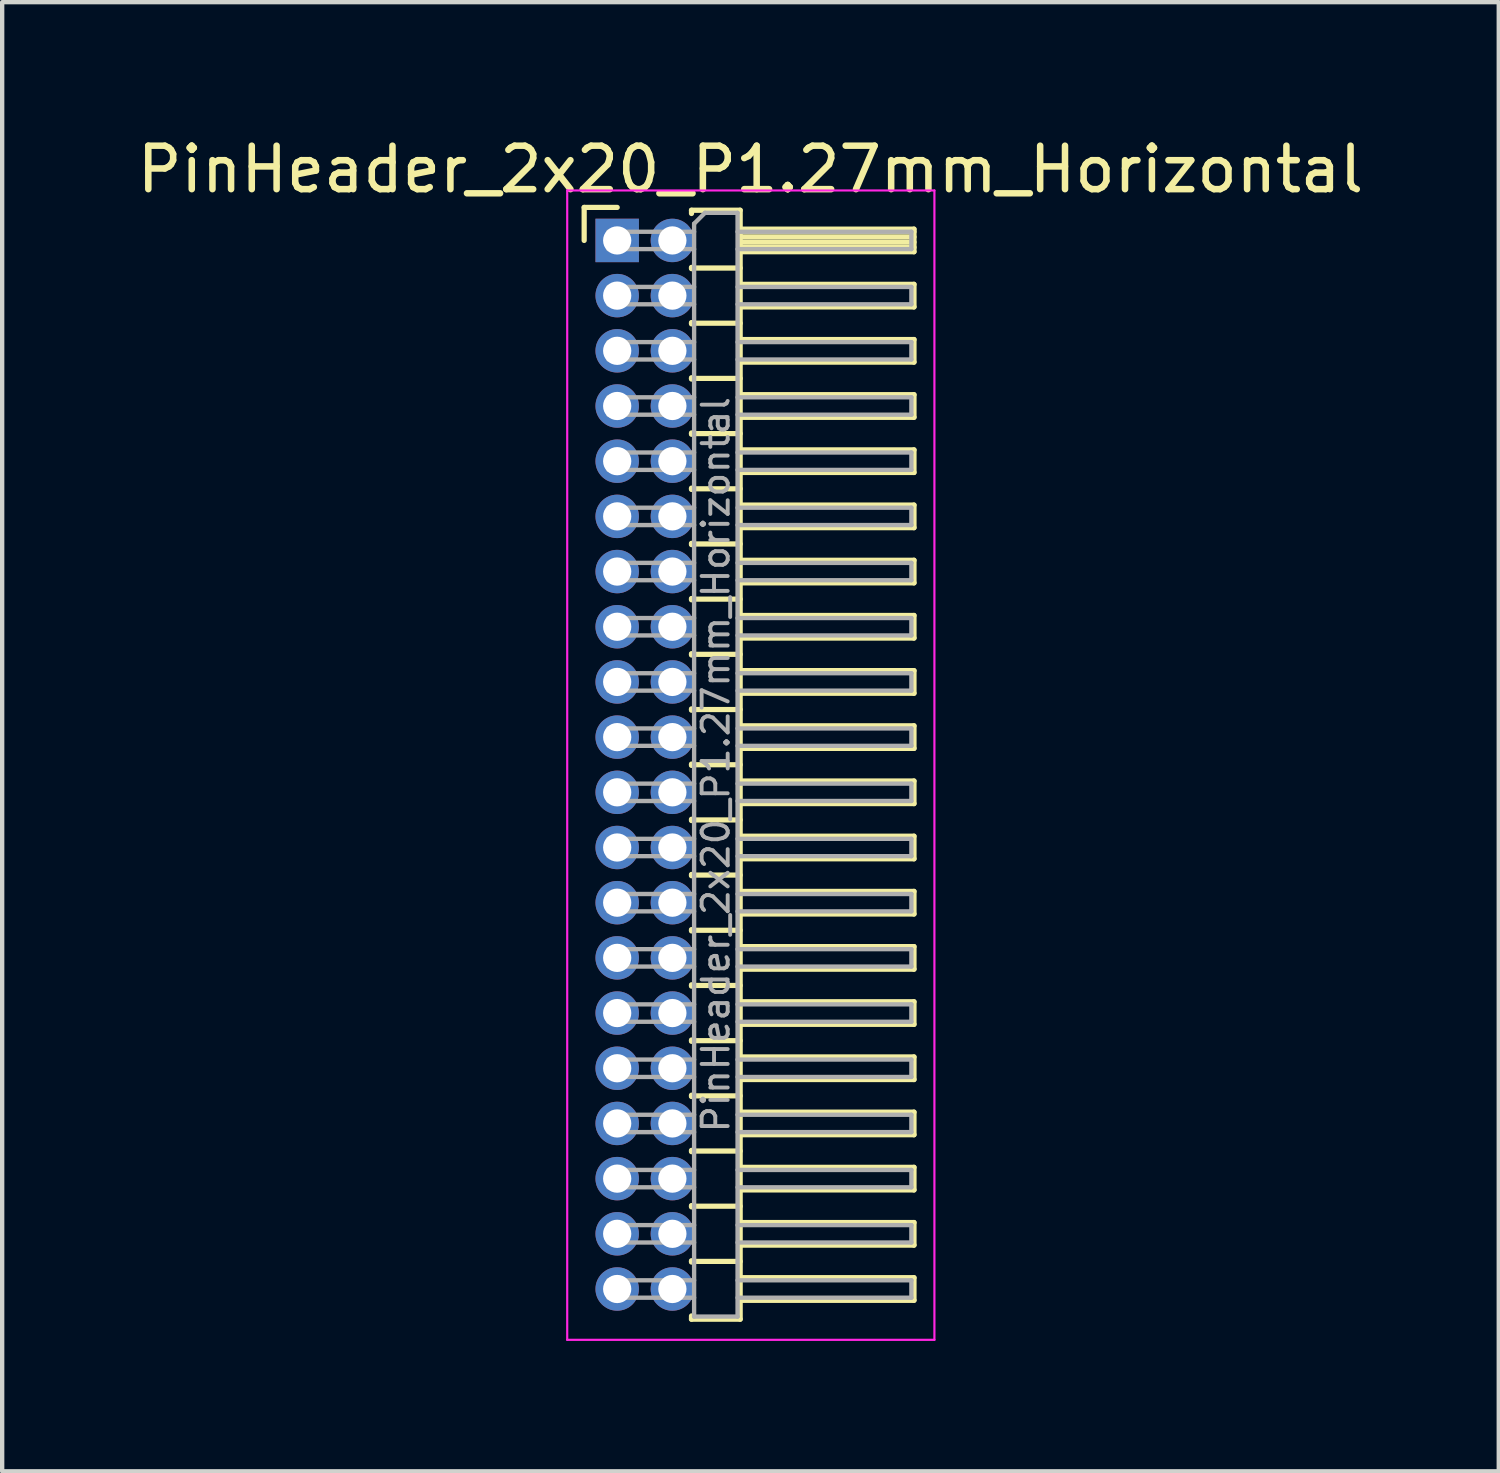
<source format=kicad_pcb>
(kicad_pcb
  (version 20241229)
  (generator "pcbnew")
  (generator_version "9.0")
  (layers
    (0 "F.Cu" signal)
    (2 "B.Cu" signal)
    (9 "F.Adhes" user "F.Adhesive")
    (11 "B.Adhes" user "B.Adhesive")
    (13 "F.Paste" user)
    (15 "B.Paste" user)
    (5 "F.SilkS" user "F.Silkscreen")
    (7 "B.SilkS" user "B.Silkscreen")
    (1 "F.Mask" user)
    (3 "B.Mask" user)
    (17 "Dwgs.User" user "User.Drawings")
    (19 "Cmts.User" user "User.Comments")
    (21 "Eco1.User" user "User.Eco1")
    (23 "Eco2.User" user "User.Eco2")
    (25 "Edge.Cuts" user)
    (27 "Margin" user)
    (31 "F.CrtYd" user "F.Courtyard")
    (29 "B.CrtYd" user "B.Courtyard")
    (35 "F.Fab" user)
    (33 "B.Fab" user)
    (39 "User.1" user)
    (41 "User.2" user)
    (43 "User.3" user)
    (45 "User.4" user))
  (footprint "PinHeader_2x20_P1.27mm_Horizontal"
    (layer "F.Cu")
    (at 11.153 2.483)
    (property "Reference" "PinHeader_2x20_P1.27mm_Horizontal" (at 3.067 -1.635 0) (layer "F.SilkS") (effects (font (size 1 1) (thickness 0.15))))
    (attr through_hole)
    (fp_line (start -0.76 -0.76) (end 0 -0.76) (stroke (width 0.12) (type solid)) (layer "F.SilkS"))
    (fp_line (start -0.76 0) (end -0.76 -0.76) (stroke (width 0.12) (type solid)) (layer "F.SilkS"))
    (fp_line (start 1.71 -0.695) (end 2.83 -0.695) (stroke (width 0.12) (type solid)) (layer "F.SilkS"))
    (fp_line (start 1.71 -0.62) (end 1.71 -0.695) (stroke (width 0.12) (type solid)) (layer "F.SilkS"))
    (fp_line (start 1.71 0.62) (end 1.71 0.65) (stroke (width 0.12) (type solid)) (layer "F.SilkS"))
    (fp_line (start 1.71 0.635) (end 2.83 0.635) (stroke (width 0.12) (type solid)) (layer "F.SilkS"))
    (fp_line (start 1.71 1.89) (end 1.71 1.92) (stroke (width 0.12) (type solid)) (layer "F.SilkS"))
    (fp_line (start 1.71 1.905) (end 2.83 1.905) (stroke (width 0.12) (type solid)) (layer "F.SilkS"))
    (fp_line (start 1.71 3.16) (end 1.71 3.19) (stroke (width 0.12) (type solid)) (layer "F.SilkS"))
    (fp_line (start 1.71 3.175) (end 2.83 3.175) (stroke (width 0.12) (type solid)) (layer "F.SilkS"))
    (fp_line (start 1.71 4.43) (end 1.71 4.46) (stroke (width 0.12) (type solid)) (layer "F.SilkS"))
    (fp_line (start 1.71 4.445) (end 2.83 4.445) (stroke (width 0.12) (type solid)) (layer "F.SilkS"))
    (fp_line (start 1.71 5.7) (end 1.71 5.73) (stroke (width 0.12) (type solid)) (layer "F.SilkS"))
    (fp_line (start 1.71 5.715) (end 2.83 5.715) (stroke (width 0.12) (type solid)) (layer "F.SilkS"))
    (fp_line (start 1.71 6.97) (end 1.71 7) (stroke (width 0.12) (type solid)) (layer "F.SilkS"))
    (fp_line (start 1.71 6.985) (end 2.83 6.985) (stroke (width 0.12) (type solid)) (layer "F.SilkS"))
    (fp_line (start 1.71 8.24) (end 1.71 8.27) (stroke (width 0.12) (type solid)) (layer "F.SilkS"))
    (fp_line (start 1.71 8.255) (end 2.83 8.255) (stroke (width 0.12) (type solid)) (layer "F.SilkS"))
    (fp_line (start 1.71 9.51) (end 1.71 9.54) (stroke (width 0.12) (type solid)) (layer "F.SilkS"))
    (fp_line (start 1.71 9.525) (end 2.83 9.525) (stroke (width 0.12) (type solid)) (layer "F.SilkS"))
    (fp_line (start 1.71 10.78) (end 1.71 10.81) (stroke (width 0.12) (type solid)) (layer "F.SilkS"))
    (fp_line (start 1.71 10.795) (end 2.83 10.795) (stroke (width 0.12) (type solid)) (layer "F.SilkS"))
    (fp_line (start 1.71 12.05) (end 1.71 12.08) (stroke (width 0.12) (type solid)) (layer "F.SilkS"))
    (fp_line (start 1.71 12.065) (end 2.83 12.065) (stroke (width 0.12) (type solid)) (layer "F.SilkS"))
    (fp_line (start 1.71 13.32) (end 1.71 13.35) (stroke (width 0.12) (type solid)) (layer "F.SilkS"))
    (fp_line (start 1.71 13.335) (end 2.83 13.335) (stroke (width 0.12) (type solid)) (layer "F.SilkS"))
    (fp_line (start 1.71 14.59) (end 1.71 14.62) (stroke (width 0.12) (type solid)) (layer "F.SilkS"))
    (fp_line (start 1.71 14.605) (end 2.83 14.605) (stroke (width 0.12) (type solid)) (layer "F.SilkS"))
    (fp_line (start 1.71 15.86) (end 1.71 15.89) (stroke (width 0.12) (type solid)) (layer "F.SilkS"))
    (fp_line (start 1.71 15.875) (end 2.83 15.875) (stroke (width 0.12) (type solid)) (layer "F.SilkS"))
    (fp_line (start 1.71 17.13) (end 1.71 17.16) (stroke (width 0.12) (type solid)) (layer "F.SilkS"))
    (fp_line (start 1.71 17.145) (end 2.83 17.145) (stroke (width 0.12) (type solid)) (layer "F.SilkS"))
    (fp_line (start 1.71 18.4) (end 1.71 18.43) (stroke (width 0.12) (type solid)) (layer "F.SilkS"))
    (fp_line (start 1.71 18.415) (end 2.83 18.415) (stroke (width 0.12) (type solid)) (layer "F.SilkS"))
    (fp_line (start 1.71 19.67) (end 1.71 19.7) (stroke (width 0.12) (type solid)) (layer "F.SilkS"))
    (fp_line (start 1.71 19.685) (end 2.83 19.685) (stroke (width 0.12) (type solid)) (layer "F.SilkS"))
    (fp_line (start 1.71 20.94) (end 1.71 20.97) (stroke (width 0.12) (type solid)) (layer "F.SilkS"))
    (fp_line (start 1.71 20.955) (end 2.83 20.955) (stroke (width 0.12) (type solid)) (layer "F.SilkS"))
    (fp_line (start 1.71 22.21) (end 1.71 22.24) (stroke (width 0.12) (type solid)) (layer "F.SilkS"))
    (fp_line (start 1.71 22.225) (end 2.83 22.225) (stroke (width 0.12) (type solid)) (layer "F.SilkS"))
    (fp_line (start 1.71 23.48) (end 1.71 23.51) (stroke (width 0.12) (type solid)) (layer "F.SilkS"))
    (fp_line (start 1.71 23.495) (end 2.83 23.495) (stroke (width 0.12) (type solid)) (layer "F.SilkS"))
    (fp_line (start 1.71 24.825) (end 1.71 24.75) (stroke (width 0.12) (type solid)) (layer "F.SilkS"))
    (fp_line (start 2.83 -0.695) (end 2.83 24.825) (stroke (width 0.12) (type solid)) (layer "F.SilkS"))
    (fp_line (start 2.83 -0.26) (end 6.83 -0.26) (stroke (width 0.12) (type solid)) (layer "F.SilkS"))
    (fp_line (start 2.83 -0.2) (end 6.83 -0.2) (stroke (width 0.12) (type solid)) (layer "F.SilkS"))
    (fp_line (start 2.83 -0.08) (end 6.83 -0.08) (stroke (width 0.12) (type solid)) (layer "F.SilkS"))
    (fp_line (start 2.83 0.04) (end 6.83 0.04) (stroke (width 0.12) (type solid)) (layer "F.SilkS"))
    (fp_line (start 2.83 0.16) (end 6.83 0.16) (stroke (width 0.12) (type solid)) (layer "F.SilkS"))
    (fp_line (start 2.83 1.01) (end 6.83 1.01) (stroke (width 0.12) (type solid)) (layer "F.SilkS"))
    (fp_line (start 2.83 2.28) (end 6.83 2.28) (stroke (width 0.12) (type solid)) (layer "F.SilkS"))
    (fp_line (start 2.83 3.55) (end 6.83 3.55) (stroke (width 0.12) (type solid)) (layer "F.SilkS"))
    (fp_line (start 2.83 4.82) (end 6.83 4.82) (stroke (width 0.12) (type solid)) (layer "F.SilkS"))
    (fp_line (start 2.83 6.09) (end 6.83 6.09) (stroke (width 0.12) (type solid)) (layer "F.SilkS"))
    (fp_line (start 2.83 7.36) (end 6.83 7.36) (stroke (width 0.12) (type solid)) (layer "F.SilkS"))
    (fp_line (start 2.83 8.63) (end 6.83 8.63) (stroke (width 0.12) (type solid)) (layer "F.SilkS"))
    (fp_line (start 2.83 9.9) (end 6.83 9.9) (stroke (width 0.12) (type solid)) (layer "F.SilkS"))
    (fp_line (start 2.83 11.17) (end 6.83 11.17) (stroke (width 0.12) (type solid)) (layer "F.SilkS"))
    (fp_line (start 2.83 12.44) (end 6.83 12.44) (stroke (width 0.12) (type solid)) (layer "F.SilkS"))
    (fp_line (start 2.83 13.71) (end 6.83 13.71) (stroke (width 0.12) (type solid)) (layer "F.SilkS"))
    (fp_line (start 2.83 14.98) (end 6.83 14.98) (stroke (width 0.12) (type solid)) (layer "F.SilkS"))
    (fp_line (start 2.83 16.25) (end 6.83 16.25) (stroke (width 0.12) (type solid)) (layer "F.SilkS"))
    (fp_line (start 2.83 17.52) (end 6.83 17.52) (stroke (width 0.12) (type solid)) (layer "F.SilkS"))
    (fp_line (start 2.83 18.79) (end 6.83 18.79) (stroke (width 0.12) (type solid)) (layer "F.SilkS"))
    (fp_line (start 2.83 20.06) (end 6.83 20.06) (stroke (width 0.12) (type solid)) (layer "F.SilkS"))
    (fp_line (start 2.83 21.33) (end 6.83 21.33) (stroke (width 0.12) (type solid)) (layer "F.SilkS"))
    (fp_line (start 2.83 22.6) (end 6.83 22.6) (stroke (width 0.12) (type solid)) (layer "F.SilkS"))
    (fp_line (start 2.83 23.87) (end 6.83 23.87) (stroke (width 0.12) (type solid)) (layer "F.SilkS"))
    (fp_line (start 2.83 24.825) (end 1.71 24.825) (stroke (width 0.12) (type solid)) (layer "F.SilkS"))
    (fp_line (start 6.83 -0.26) (end 6.83 0.26) (stroke (width 0.12) (type solid)) (layer "F.SilkS"))
    (fp_line (start 6.83 0.26) (end 2.83 0.26) (stroke (width 0.12) (type solid)) (layer "F.SilkS"))
    (fp_line (start 6.83 1.01) (end 6.83 1.53) (stroke (width 0.12) (type solid)) (layer "F.SilkS"))
    (fp_line (start 6.83 1.53) (end 2.83 1.53) (stroke (width 0.12) (type solid)) (layer "F.SilkS"))
    (fp_line (start 6.83 2.28) (end 6.83 2.8) (stroke (width 0.12) (type solid)) (layer "F.SilkS"))
    (fp_line (start 6.83 2.8) (end 2.83 2.8) (stroke (width 0.12) (type solid)) (layer "F.SilkS"))
    (fp_line (start 6.83 3.55) (end 6.83 4.07) (stroke (width 0.12) (type solid)) (layer "F.SilkS"))
    (fp_line (start 6.83 4.07) (end 2.83 4.07) (stroke (width 0.12) (type solid)) (layer "F.SilkS"))
    (fp_line (start 6.83 4.82) (end 6.83 5.34) (stroke (width 0.12) (type solid)) (layer "F.SilkS"))
    (fp_line (start 6.83 5.34) (end 2.83 5.34) (stroke (width 0.12) (type solid)) (layer "F.SilkS"))
    (fp_line (start 6.83 6.09) (end 6.83 6.61) (stroke (width 0.12) (type solid)) (layer "F.SilkS"))
    (fp_line (start 6.83 6.61) (end 2.83 6.61) (stroke (width 0.12) (type solid)) (layer "F.SilkS"))
    (fp_line (start 6.83 7.36) (end 6.83 7.88) (stroke (width 0.12) (type solid)) (layer "F.SilkS"))
    (fp_line (start 6.83 7.88) (end 2.83 7.88) (stroke (width 0.12) (type solid)) (layer "F.SilkS"))
    (fp_line (start 6.83 8.63) (end 6.83 9.15) (stroke (width 0.12) (type solid)) (layer "F.SilkS"))
    (fp_line (start 6.83 9.15) (end 2.83 9.15) (stroke (width 0.12) (type solid)) (layer "F.SilkS"))
    (fp_line (start 6.83 9.9) (end 6.83 10.42) (stroke (width 0.12) (type solid)) (layer "F.SilkS"))
    (fp_line (start 6.83 10.42) (end 2.83 10.42) (stroke (width 0.12) (type solid)) (layer "F.SilkS"))
    (fp_line (start 6.83 11.17) (end 6.83 11.69) (stroke (width 0.12) (type solid)) (layer "F.SilkS"))
    (fp_line (start 6.83 11.69) (end 2.83 11.69) (stroke (width 0.12) (type solid)) (layer "F.SilkS"))
    (fp_line (start 6.83 12.44) (end 6.83 12.96) (stroke (width 0.12) (type solid)) (layer "F.SilkS"))
    (fp_line (start 6.83 12.96) (end 2.83 12.96) (stroke (width 0.12) (type solid)) (layer "F.SilkS"))
    (fp_line (start 6.83 13.71) (end 6.83 14.23) (stroke (width 0.12) (type solid)) (layer "F.SilkS"))
    (fp_line (start 6.83 14.23) (end 2.83 14.23) (stroke (width 0.12) (type solid)) (layer "F.SilkS"))
    (fp_line (start 6.83 14.98) (end 6.83 15.5) (stroke (width 0.12) (type solid)) (layer "F.SilkS"))
    (fp_line (start 6.83 15.5) (end 2.83 15.5) (stroke (width 0.12) (type solid)) (layer "F.SilkS"))
    (fp_line (start 6.83 16.25) (end 6.83 16.77) (stroke (width 0.12) (type solid)) (layer "F.SilkS"))
    (fp_line (start 6.83 16.77) (end 2.83 16.77) (stroke (width 0.12) (type solid)) (layer "F.SilkS"))
    (fp_line (start 6.83 17.52) (end 6.83 18.04) (stroke (width 0.12) (type solid)) (layer "F.SilkS"))
    (fp_line (start 6.83 18.04) (end 2.83 18.04) (stroke (width 0.12) (type solid)) (layer "F.SilkS"))
    (fp_line (start 6.83 18.79) (end 6.83 19.31) (stroke (width 0.12) (type solid)) (layer "F.SilkS"))
    (fp_line (start 6.83 19.31) (end 2.83 19.31) (stroke (width 0.12) (type solid)) (layer "F.SilkS"))
    (fp_line (start 6.83 20.06) (end 6.83 20.58) (stroke (width 0.12) (type solid)) (layer "F.SilkS"))
    (fp_line (start 6.83 20.58) (end 2.83 20.58) (stroke (width 0.12) (type solid)) (layer "F.SilkS"))
    (fp_line (start 6.83 21.33) (end 6.83 21.85) (stroke (width 0.12) (type solid)) (layer "F.SilkS"))
    (fp_line (start 6.83 21.85) (end 2.83 21.85) (stroke (width 0.12) (type solid)) (layer "F.SilkS"))
    (fp_line (start 6.83 22.6) (end 6.83 23.12) (stroke (width 0.12) (type solid)) (layer "F.SilkS"))
    (fp_line (start 6.83 23.12) (end 2.83 23.12) (stroke (width 0.12) (type solid)) (layer "F.SilkS"))
    (fp_line (start 6.83 23.87) (end 6.83 24.39) (stroke (width 0.12) (type solid)) (layer "F.SilkS"))
    (fp_line (start 6.83 24.39) (end 2.83 24.39) (stroke (width 0.12) (type solid)) (layer "F.SilkS"))
    (fp_line (start -1.15 -1.15) (end -1.15 25.3) (stroke (width 0.05) (type solid)) (layer "F.CrtYd"))
    (fp_line (start -1.15 25.3) (end 7.3 25.3) (stroke (width 0.05) (type solid)) (layer "F.CrtYd"))
    (fp_line (start 7.3 -1.15) (end -1.15 -1.15) (stroke (width 0.05) (type solid)) (layer "F.CrtYd"))
    (fp_line (start 7.3 25.3) (end 7.3 -1.15) (stroke (width 0.05) (type solid)) (layer "F.CrtYd"))
    (fp_line (start -0.2 -0.2) (end -0.2 0.2) (stroke (width 0.1) (type solid)) (layer "F.Fab"))
    (fp_line (start -0.2 -0.2) (end 1.77 -0.2) (stroke (width 0.1) (type solid)) (layer "F.Fab"))
    (fp_line (start -0.2 0.2) (end 1.77 0.2) (stroke (width 0.1) (type solid)) (layer "F.Fab"))
    (fp_line (start -0.2 1.07) (end -0.2 1.47) (stroke (width 0.1) (type solid)) (layer "F.Fab"))
    (fp_line (start -0.2 1.07) (end 1.77 1.07) (stroke (width 0.1) (type solid)) (layer "F.Fab"))
    (fp_line (start -0.2 1.47) (end 1.77 1.47) (stroke (width 0.1) (type solid)) (layer "F.Fab"))
    (fp_line (start -0.2 2.34) (end -0.2 2.74) (stroke (width 0.1) (type solid)) (layer "F.Fab"))
    (fp_line (start -0.2 2.34) (end 1.77 2.34) (stroke (width 0.1) (type solid)) (layer "F.Fab"))
    (fp_line (start -0.2 2.74) (end 1.77 2.74) (stroke (width 0.1) (type solid)) (layer "F.Fab"))
    (fp_line (start -0.2 3.61) (end -0.2 4.01) (stroke (width 0.1) (type solid)) (layer "F.Fab"))
    (fp_line (start -0.2 3.61) (end 1.77 3.61) (stroke (width 0.1) (type solid)) (layer "F.Fab"))
    (fp_line (start -0.2 4.01) (end 1.77 4.01) (stroke (width 0.1) (type solid)) (layer "F.Fab"))
    (fp_line (start -0.2 4.88) (end -0.2 5.28) (stroke (width 0.1) (type solid)) (layer "F.Fab"))
    (fp_line (start -0.2 4.88) (end 1.77 4.88) (stroke (width 0.1) (type solid)) (layer "F.Fab"))
    (fp_line (start -0.2 5.28) (end 1.77 5.28) (stroke (width 0.1) (type solid)) (layer "F.Fab"))
    (fp_line (start -0.2 6.15) (end -0.2 6.55) (stroke (width 0.1) (type solid)) (layer "F.Fab"))
    (fp_line (start -0.2 6.15) (end 1.77 6.15) (stroke (width 0.1) (type solid)) (layer "F.Fab"))
    (fp_line (start -0.2 6.55) (end 1.77 6.55) (stroke (width 0.1) (type solid)) (layer "F.Fab"))
    (fp_line (start -0.2 7.42) (end -0.2 7.82) (stroke (width 0.1) (type solid)) (layer "F.Fab"))
    (fp_line (start -0.2 7.42) (end 1.77 7.42) (stroke (width 0.1) (type solid)) (layer "F.Fab"))
    (fp_line (start -0.2 7.82) (end 1.77 7.82) (stroke (width 0.1) (type solid)) (layer "F.Fab"))
    (fp_line (start -0.2 8.69) (end -0.2 9.09) (stroke (width 0.1) (type solid)) (layer "F.Fab"))
    (fp_line (start -0.2 8.69) (end 1.77 8.69) (stroke (width 0.1) (type solid)) (layer "F.Fab"))
    (fp_line (start -0.2 9.09) (end 1.77 9.09) (stroke (width 0.1) (type solid)) (layer "F.Fab"))
    (fp_line (start -0.2 9.96) (end -0.2 10.36) (stroke (width 0.1) (type solid)) (layer "F.Fab"))
    (fp_line (start -0.2 9.96) (end 1.77 9.96) (stroke (width 0.1) (type solid)) (layer "F.Fab"))
    (fp_line (start -0.2 10.36) (end 1.77 10.36) (stroke (width 0.1) (type solid)) (layer "F.Fab"))
    (fp_line (start -0.2 11.23) (end -0.2 11.63) (stroke (width 0.1) (type solid)) (layer "F.Fab"))
    (fp_line (start -0.2 11.23) (end 1.77 11.23) (stroke (width 0.1) (type solid)) (layer "F.Fab"))
    (fp_line (start -0.2 11.63) (end 1.77 11.63) (stroke (width 0.1) (type solid)) (layer "F.Fab"))
    (fp_line (start -0.2 12.5) (end -0.2 12.9) (stroke (width 0.1) (type solid)) (layer "F.Fab"))
    (fp_line (start -0.2 12.5) (end 1.77 12.5) (stroke (width 0.1) (type solid)) (layer "F.Fab"))
    (fp_line (start -0.2 12.9) (end 1.77 12.9) (stroke (width 0.1) (type solid)) (layer "F.Fab"))
    (fp_line (start -0.2 13.77) (end -0.2 14.17) (stroke (width 0.1) (type solid)) (layer "F.Fab"))
    (fp_line (start -0.2 13.77) (end 1.77 13.77) (stroke (width 0.1) (type solid)) (layer "F.Fab"))
    (fp_line (start -0.2 14.17) (end 1.77 14.17) (stroke (width 0.1) (type solid)) (layer "F.Fab"))
    (fp_line (start -0.2 15.04) (end -0.2 15.44) (stroke (width 0.1) (type solid)) (layer "F.Fab"))
    (fp_line (start -0.2 15.04) (end 1.77 15.04) (stroke (width 0.1) (type solid)) (layer "F.Fab"))
    (fp_line (start -0.2 15.44) (end 1.77 15.44) (stroke (width 0.1) (type solid)) (layer "F.Fab"))
    (fp_line (start -0.2 16.31) (end -0.2 16.71) (stroke (width 0.1) (type solid)) (layer "F.Fab"))
    (fp_line (start -0.2 16.31) (end 1.77 16.31) (stroke (width 0.1) (type solid)) (layer "F.Fab"))
    (fp_line (start -0.2 16.71) (end 1.77 16.71) (stroke (width 0.1) (type solid)) (layer "F.Fab"))
    (fp_line (start -0.2 17.58) (end -0.2 17.98) (stroke (width 0.1) (type solid)) (layer "F.Fab"))
    (fp_line (start -0.2 17.58) (end 1.77 17.58) (stroke (width 0.1) (type solid)) (layer "F.Fab"))
    (fp_line (start -0.2 17.98) (end 1.77 17.98) (stroke (width 0.1) (type solid)) (layer "F.Fab"))
    (fp_line (start -0.2 18.85) (end -0.2 19.25) (stroke (width 0.1) (type solid)) (layer "F.Fab"))
    (fp_line (start -0.2 18.85) (end 1.77 18.85) (stroke (width 0.1) (type solid)) (layer "F.Fab"))
    (fp_line (start -0.2 19.25) (end 1.77 19.25) (stroke (width 0.1) (type solid)) (layer "F.Fab"))
    (fp_line (start -0.2 20.12) (end -0.2 20.52) (stroke (width 0.1) (type solid)) (layer "F.Fab"))
    (fp_line (start -0.2 20.12) (end 1.77 20.12) (stroke (width 0.1) (type solid)) (layer "F.Fab"))
    (fp_line (start -0.2 20.52) (end 1.77 20.52) (stroke (width 0.1) (type solid)) (layer "F.Fab"))
    (fp_line (start -0.2 21.39) (end -0.2 21.79) (stroke (width 0.1) (type solid)) (layer "F.Fab"))
    (fp_line (start -0.2 21.39) (end 1.77 21.39) (stroke (width 0.1) (type solid)) (layer "F.Fab"))
    (fp_line (start -0.2 21.79) (end 1.77 21.79) (stroke (width 0.1) (type solid)) (layer "F.Fab"))
    (fp_line (start -0.2 22.66) (end -0.2 23.06) (stroke (width 0.1) (type solid)) (layer "F.Fab"))
    (fp_line (start -0.2 22.66) (end 1.77 22.66) (stroke (width 0.1) (type solid)) (layer "F.Fab"))
    (fp_line (start -0.2 23.06) (end 1.77 23.06) (stroke (width 0.1) (type solid)) (layer "F.Fab"))
    (fp_line (start -0.2 23.93) (end -0.2 24.33) (stroke (width 0.1) (type solid)) (layer "F.Fab"))
    (fp_line (start -0.2 23.93) (end 1.77 23.93) (stroke (width 0.1) (type solid)) (layer "F.Fab"))
    (fp_line (start -0.2 24.33) (end 1.77 24.33) (stroke (width 0.1) (type solid)) (layer "F.Fab"))
    (fp_line (start 1.77 -0.385) (end 2.02 -0.635) (stroke (width 0.1) (type solid)) (layer "F.Fab"))
    (fp_line (start 1.77 24.765) (end 1.77 -0.385) (stroke (width 0.1) (type solid)) (layer "F.Fab"))
    (fp_line (start 2.02 -0.635) (end 2.77 -0.635) (stroke (width 0.1) (type solid)) (layer "F.Fab"))
    (fp_line (start 2.77 -0.635) (end 2.77 24.765) (stroke (width 0.1) (type solid)) (layer "F.Fab"))
    (fp_line (start 2.77 -0.2) (end 6.77 -0.2) (stroke (width 0.1) (type solid)) (layer "F.Fab"))
    (fp_line (start 2.77 0.2) (end 6.77 0.2) (stroke (width 0.1) (type solid)) (layer "F.Fab"))
    (fp_line (start 2.77 1.07) (end 6.77 1.07) (stroke (width 0.1) (type solid)) (layer "F.Fab"))
    (fp_line (start 2.77 1.47) (end 6.77 1.47) (stroke (width 0.1) (type solid)) (layer "F.Fab"))
    (fp_line (start 2.77 2.34) (end 6.77 2.34) (stroke (width 0.1) (type solid)) (layer "F.Fab"))
    (fp_line (start 2.77 2.74) (end 6.77 2.74) (stroke (width 0.1) (type solid)) (layer "F.Fab"))
    (fp_line (start 2.77 3.61) (end 6.77 3.61) (stroke (width 0.1) (type solid)) (layer "F.Fab"))
    (fp_line (start 2.77 4.01) (end 6.77 4.01) (stroke (width 0.1) (type solid)) (layer "F.Fab"))
    (fp_line (start 2.77 4.88) (end 6.77 4.88) (stroke (width 0.1) (type solid)) (layer "F.Fab"))
    (fp_line (start 2.77 5.28) (end 6.77 5.28) (stroke (width 0.1) (type solid)) (layer "F.Fab"))
    (fp_line (start 2.77 6.15) (end 6.77 6.15) (stroke (width 0.1) (type solid)) (layer "F.Fab"))
    (fp_line (start 2.77 6.55) (end 6.77 6.55) (stroke (width 0.1) (type solid)) (layer "F.Fab"))
    (fp_line (start 2.77 7.42) (end 6.77 7.42) (stroke (width 0.1) (type solid)) (layer "F.Fab"))
    (fp_line (start 2.77 7.82) (end 6.77 7.82) (stroke (width 0.1) (type solid)) (layer "F.Fab"))
    (fp_line (start 2.77 8.69) (end 6.77 8.69) (stroke (width 0.1) (type solid)) (layer "F.Fab"))
    (fp_line (start 2.77 9.09) (end 6.77 9.09) (stroke (width 0.1) (type solid)) (layer "F.Fab"))
    (fp_line (start 2.77 9.96) (end 6.77 9.96) (stroke (width 0.1) (type solid)) (layer "F.Fab"))
    (fp_line (start 2.77 10.36) (end 6.77 10.36) (stroke (width 0.1) (type solid)) (layer "F.Fab"))
    (fp_line (start 2.77 11.23) (end 6.77 11.23) (stroke (width 0.1) (type solid)) (layer "F.Fab"))
    (fp_line (start 2.77 11.63) (end 6.77 11.63) (stroke (width 0.1) (type solid)) (layer "F.Fab"))
    (fp_line (start 2.77 12.5) (end 6.77 12.5) (stroke (width 0.1) (type solid)) (layer "F.Fab"))
    (fp_line (start 2.77 12.9) (end 6.77 12.9) (stroke (width 0.1) (type solid)) (layer "F.Fab"))
    (fp_line (start 2.77 13.77) (end 6.77 13.77) (stroke (width 0.1) (type solid)) (layer "F.Fab"))
    (fp_line (start 2.77 14.17) (end 6.77 14.17) (stroke (width 0.1) (type solid)) (layer "F.Fab"))
    (fp_line (start 2.77 15.04) (end 6.77 15.04) (stroke (width 0.1) (type solid)) (layer "F.Fab"))
    (fp_line (start 2.77 15.44) (end 6.77 15.44) (stroke (width 0.1) (type solid)) (layer "F.Fab"))
    (fp_line (start 2.77 16.31) (end 6.77 16.31) (stroke (width 0.1) (type solid)) (layer "F.Fab"))
    (fp_line (start 2.77 16.71) (end 6.77 16.71) (stroke (width 0.1) (type solid)) (layer "F.Fab"))
    (fp_line (start 2.77 17.58) (end 6.77 17.58) (stroke (width 0.1) (type solid)) (layer "F.Fab"))
    (fp_line (start 2.77 17.98) (end 6.77 17.98) (stroke (width 0.1) (type solid)) (layer "F.Fab"))
    (fp_line (start 2.77 18.85) (end 6.77 18.85) (stroke (width 0.1) (type solid)) (layer "F.Fab"))
    (fp_line (start 2.77 19.25) (end 6.77 19.25) (stroke (width 0.1) (type solid)) (layer "F.Fab"))
    (fp_line (start 2.77 20.12) (end 6.77 20.12) (stroke (width 0.1) (type solid)) (layer "F.Fab"))
    (fp_line (start 2.77 20.52) (end 6.77 20.52) (stroke (width 0.1) (type solid)) (layer "F.Fab"))
    (fp_line (start 2.77 21.39) (end 6.77 21.39) (stroke (width 0.1) (type solid)) (layer "F.Fab"))
    (fp_line (start 2.77 21.79) (end 6.77 21.79) (stroke (width 0.1) (type solid)) (layer "F.Fab"))
    (fp_line (start 2.77 22.66) (end 6.77 22.66) (stroke (width 0.1) (type solid)) (layer "F.Fab"))
    (fp_line (start 2.77 23.06) (end 6.77 23.06) (stroke (width 0.1) (type solid)) (layer "F.Fab"))
    (fp_line (start 2.77 23.93) (end 6.77 23.93) (stroke (width 0.1) (type solid)) (layer "F.Fab"))
    (fp_line (start 2.77 24.33) (end 6.77 24.33) (stroke (width 0.1) (type solid)) (layer "F.Fab"))
    (fp_line (start 2.77 24.765) (end 1.77 24.765) (stroke (width 0.1) (type solid)) (layer "F.Fab"))
    (fp_line (start 6.77 -0.2) (end 6.77 0.2) (stroke (width 0.1) (type solid)) (layer "F.Fab"))
    (fp_line (start 6.77 1.07) (end 6.77 1.47) (stroke (width 0.1) (type solid)) (layer "F.Fab"))
    (fp_line (start 6.77 2.34) (end 6.77 2.74) (stroke (width 0.1) (type solid)) (layer "F.Fab"))
    (fp_line (start 6.77 3.61) (end 6.77 4.01) (stroke (width 0.1) (type solid)) (layer "F.Fab"))
    (fp_line (start 6.77 4.88) (end 6.77 5.28) (stroke (width 0.1) (type solid)) (layer "F.Fab"))
    (fp_line (start 6.77 6.15) (end 6.77 6.55) (stroke (width 0.1) (type solid)) (layer "F.Fab"))
    (fp_line (start 6.77 7.42) (end 6.77 7.82) (stroke (width 0.1) (type solid)) (layer "F.Fab"))
    (fp_line (start 6.77 8.69) (end 6.77 9.09) (stroke (width 0.1) (type solid)) (layer "F.Fab"))
    (fp_line (start 6.77 9.96) (end 6.77 10.36) (stroke (width 0.1) (type solid)) (layer "F.Fab"))
    (fp_line (start 6.77 11.23) (end 6.77 11.63) (stroke (width 0.1) (type solid)) (layer "F.Fab"))
    (fp_line (start 6.77 12.5) (end 6.77 12.9) (stroke (width 0.1) (type solid)) (layer "F.Fab"))
    (fp_line (start 6.77 13.77) (end 6.77 14.17) (stroke (width 0.1) (type solid)) (layer "F.Fab"))
    (fp_line (start 6.77 15.04) (end 6.77 15.44) (stroke (width 0.1) (type solid)) (layer "F.Fab"))
    (fp_line (start 6.77 16.31) (end 6.77 16.71) (stroke (width 0.1) (type solid)) (layer "F.Fab"))
    (fp_line (start 6.77 17.58) (end 6.77 17.98) (stroke (width 0.1) (type solid)) (layer "F.Fab"))
    (fp_line (start 6.77 18.85) (end 6.77 19.25) (stroke (width 0.1) (type solid)) (layer "F.Fab"))
    (fp_line (start 6.77 20.12) (end 6.77 20.52) (stroke (width 0.1) (type solid)) (layer "F.Fab"))
    (fp_line (start 6.77 21.39) (end 6.77 21.79) (stroke (width 0.1) (type solid)) (layer "F.Fab"))
    (fp_line (start 6.77 22.66) (end 6.77 23.06) (stroke (width 0.1) (type solid)) (layer "F.Fab"))
    (fp_line (start 6.77 23.93) (end 6.77 24.33) (stroke (width 0.1) (type solid)) (layer "F.Fab"))
    (fp_text user "${REFERENCE}" (at 2.27 12.065 90) (layer "F.Fab") (effects (font (size 0.6 0.6) (thickness 0.09))))
    (pad "1" thru_hole rect (at 0 0) (size 1 1) (drill 0.65) (layers "*.Cu" "*.Mask"))
    (pad "2" thru_hole oval (at 1.27 0) (size 1 1) (drill 0.65) (layers "*.Cu" "*.Mask"))
    (pad "3" thru_hole oval (at 0 1.27) (size 1 1) (drill 0.65) (layers "*.Cu" "*.Mask"))
    (pad "4" thru_hole oval (at 1.27 1.27) (size 1 1) (drill 0.65) (layers "*.Cu" "*.Mask"))
    (pad "5" thru_hole oval (at 0 2.54) (size 1 1) (drill 0.65) (layers "*.Cu" "*.Mask"))
    (pad "6" thru_hole oval (at 1.27 2.54) (size 1 1) (drill 0.65) (layers "*.Cu" "*.Mask"))
    (pad "7" thru_hole oval (at 0 3.81) (size 1 1) (drill 0.65) (layers "*.Cu" "*.Mask"))
    (pad "8" thru_hole oval (at 1.27 3.81) (size 1 1) (drill 0.65) (layers "*.Cu" "*.Mask"))
    (pad "9" thru_hole oval (at 0 5.08) (size 1 1) (drill 0.65) (layers "*.Cu" "*.Mask"))
    (pad "10" thru_hole oval (at 1.27 5.08) (size 1 1) (drill 0.65) (layers "*.Cu" "*.Mask"))
    (pad "11" thru_hole oval (at 0 6.35) (size 1 1) (drill 0.65) (layers "*.Cu" "*.Mask"))
    (pad "12" thru_hole oval (at 1.27 6.35) (size 1 1) (drill 0.65) (layers "*.Cu" "*.Mask"))
    (pad "13" thru_hole oval (at 0 7.62) (size 1 1) (drill 0.65) (layers "*.Cu" "*.Mask"))
    (pad "14" thru_hole oval (at 1.27 7.62) (size 1 1) (drill 0.65) (layers "*.Cu" "*.Mask"))
    (pad "15" thru_hole oval (at 0 8.89) (size 1 1) (drill 0.65) (layers "*.Cu" "*.Mask"))
    (pad "16" thru_hole oval (at 1.27 8.89) (size 1 1) (drill 0.65) (layers "*.Cu" "*.Mask"))
    (pad "17" thru_hole oval (at 0 10.16) (size 1 1) (drill 0.65) (layers "*.Cu" "*.Mask"))
    (pad "18" thru_hole oval (at 1.27 10.16) (size 1 1) (drill 0.65) (layers "*.Cu" "*.Mask"))
    (pad "19" thru_hole oval (at 0 11.43) (size 1 1) (drill 0.65) (layers "*.Cu" "*.Mask"))
    (pad "20" thru_hole oval (at 1.27 11.43) (size 1 1) (drill 0.65) (layers "*.Cu" "*.Mask"))
    (pad "21" thru_hole oval (at 0 12.7) (size 1 1) (drill 0.65) (layers "*.Cu" "*.Mask"))
    (pad "22" thru_hole oval (at 1.27 12.7) (size 1 1) (drill 0.65) (layers "*.Cu" "*.Mask"))
    (pad "23" thru_hole oval (at 0 13.97) (size 1 1) (drill 0.65) (layers "*.Cu" "*.Mask"))
    (pad "24" thru_hole oval (at 1.27 13.97) (size 1 1) (drill 0.65) (layers "*.Cu" "*.Mask"))
    (pad "25" thru_hole oval (at 0 15.24) (size 1 1) (drill 0.65) (layers "*.Cu" "*.Mask"))
    (pad "26" thru_hole oval (at 1.27 15.24) (size 1 1) (drill 0.65) (layers "*.Cu" "*.Mask"))
    (pad "27" thru_hole oval (at 0 16.51) (size 1 1) (drill 0.65) (layers "*.Cu" "*.Mask"))
    (pad "28" thru_hole oval (at 1.27 16.51) (size 1 1) (drill 0.65) (layers "*.Cu" "*.Mask"))
    (pad "29" thru_hole oval (at 0 17.78) (size 1 1) (drill 0.65) (layers "*.Cu" "*.Mask"))
    (pad "30" thru_hole oval (at 1.27 17.78) (size 1 1) (drill 0.65) (layers "*.Cu" "*.Mask"))
    (pad "31" thru_hole oval (at 0 19.05) (size 1 1) (drill 0.65) (layers "*.Cu" "*.Mask"))
    (pad "32" thru_hole oval (at 1.27 19.05) (size 1 1) (drill 0.65) (layers "*.Cu" "*.Mask"))
    (pad "33" thru_hole oval (at 0 20.32) (size 1 1) (drill 0.65) (layers "*.Cu" "*.Mask"))
    (pad "34" thru_hole oval (at 1.27 20.32) (size 1 1) (drill 0.65) (layers "*.Cu" "*.Mask"))
    (pad "35" thru_hole oval (at 0 21.59) (size 1 1) (drill 0.65) (layers "*.Cu" "*.Mask"))
    (pad "36" thru_hole oval (at 1.27 21.59) (size 1 1) (drill 0.65) (layers "*.Cu" "*.Mask"))
    (pad "37" thru_hole oval (at 0 22.86) (size 1 1) (drill 0.65) (layers "*.Cu" "*.Mask"))
    (pad "38" thru_hole oval (at 1.27 22.86) (size 1 1) (drill 0.65) (layers "*.Cu" "*.Mask"))
    (pad "39" thru_hole oval (at 0 24.13) (size 1 1) (drill 0.65) (layers "*.Cu" "*.Mask"))
    (pad "40" thru_hole oval (at 1.27 24.13) (size 1 1) (drill 0.65) (layers "*.Cu" "*.Mask")))
  (gr_rect
    (start -3 -3)
    (end 31.44 30.808)
    (stroke (width 0.1) (type default))
    (fill no)
    (layer "Edge.Cuts")))
</source>
